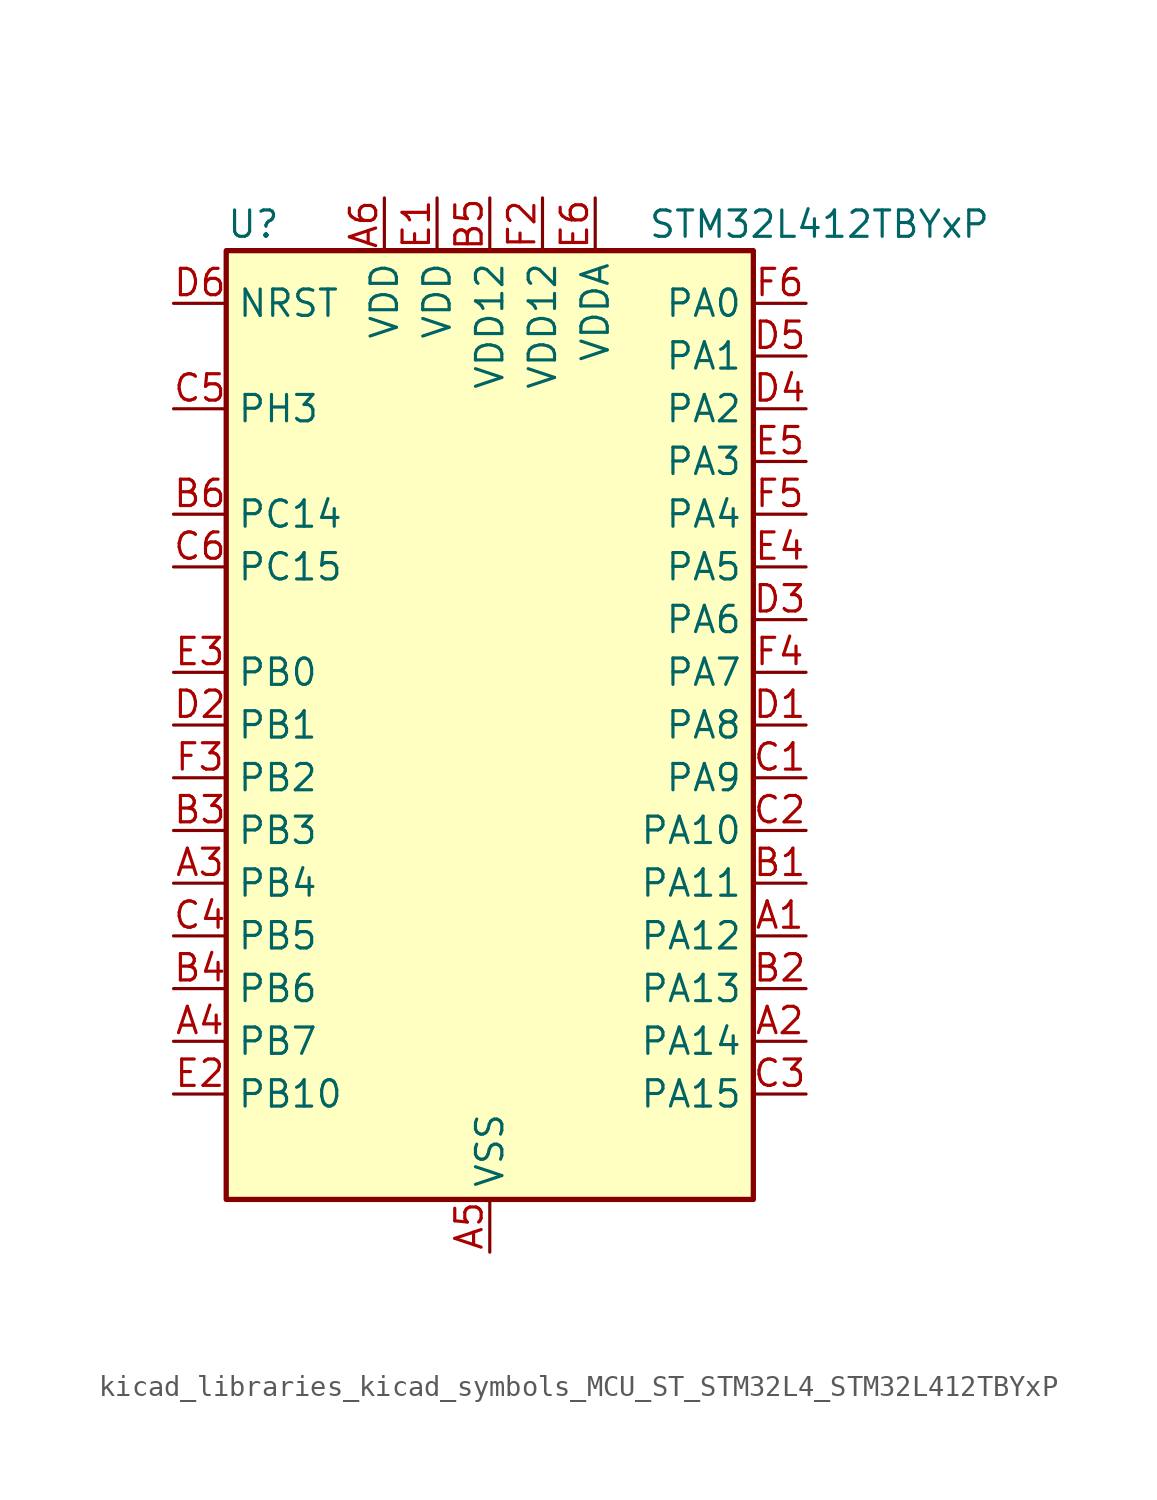
<source format=kicad_sym>
(kicad_symbol_lib
  (version 20220914)
  (generator kicad_symbol_editor)
  (symbol "kicad_libraries_kicad_symbols_MCU_ST_STM32L4_STM32L412TBYxP"
    (property "Reference" "U"
      (at -12.7 24.13 0)
      (effects (font (size 1.27 1.27)) (justify left)))
    (property "Value" "STM32L412TBYxP"
      (at 7.62 24.13 0)
      (effects (font (size 1.27 1.27)) (justify left)))
    (property "ki_locked" ""
      (at 0 0 0)
      (effects (font (size 1.27 1.27))))
    (symbol "kicad_libraries_kicad_symbols_MCU_ST_STM32L4_STM32L412TBYxP_0_1"
      (rectangle (start -12.7 -22.86) (end 12.7 22.86) (stroke (width 0.254) (type default)) (fill (type background))))
    (symbol "kicad_libraries_kicad_symbols_MCU_ST_STM32L4_STM32L412TBYxP_1_1"
      (pin bidirectional line (at 15.24 -10.16 180) (length 2.54) (name "PA12" (effects (font (size 1.27 1.27)))) (number "A1" (effects (font (size 1.27 1.27)))) (alternate "SPI1_MOSI" bidirectional line) (alternate "TIM1_ETR" bidirectional line) (alternate "USART1_DE" bidirectional line) (alternate "USART1_RTS" bidirectional line) (alternate "USB_DP" bidirectional line))
      (pin bidirectional line (at 15.24 -15.24 180) (length 2.54) (name "PA14" (effects (font (size 1.27 1.27)))) (number "A2" (effects (font (size 1.27 1.27)))) (alternate "I2C1_SMBA" bidirectional line) (alternate "LPTIM1_OUT" bidirectional line) (alternate "SYS_JTCK-SWCLK" bidirectional line))
      (pin bidirectional line (at -15.24 -7.62 0) (length 2.54) (name "PB4" (effects (font (size 1.27 1.27)))) (number "A3" (effects (font (size 1.27 1.27)))) (alternate "I2C3_SDA" bidirectional line) (alternate "SPI1_MISO" bidirectional line) (alternate "SYS_JTRST" bidirectional line) (alternate "TSC_G2_IO1" bidirectional line) (alternate "USART1_CTS" bidirectional line))
      (pin bidirectional line (at -15.24 -15.24 0) (length 2.54) (name "PB7" (effects (font (size 1.27 1.27)))) (number "A4" (effects (font (size 1.27 1.27)))) (alternate "I2C1_SDA" bidirectional line) (alternate "LPTIM1_IN2" bidirectional line) (alternate "SYS_PVD_IN" bidirectional line) (alternate "SYS_TRACECLK" bidirectional line) (alternate "TSC_G2_IO4" bidirectional line) (alternate "USART1_RX" bidirectional line))
      (pin power_in line (at 0 -25.4 90) (length 2.54) (name "VSS" (effects (font (size 1.27 1.27)))) (number "A5" (effects (font (size 1.27 1.27)))))
      (pin power_in line (at -5.08 25.4 270) (length 2.54) (name "VDD" (effects (font (size 1.27 1.27)))) (number "A6" (effects (font (size 1.27 1.27)))))
      (pin bidirectional line (at 15.24 -7.62 180) (length 2.54) (name "PA11" (effects (font (size 1.27 1.27)))) (number "B1" (effects (font (size 1.27 1.27)))) (alternate "ADC1_EXTI11" bidirectional line) (alternate "ADC2_EXTI11" bidirectional line) (alternate "COMP1_OUT" bidirectional line) (alternate "SPI1_MISO" bidirectional line) (alternate "TIM1_BKIN2" bidirectional line) (alternate "TIM1_BKIN2_COMP1" bidirectional line) (alternate "TIM1_CH4" bidirectional line) (alternate "USART1_CTS" bidirectional line) (alternate "USB_DM" bidirectional line))
      (pin bidirectional line (at 15.24 -12.7 180) (length 2.54) (name "PA13" (effects (font (size 1.27 1.27)))) (number "B2" (effects (font (size 1.27 1.27)))) (alternate "IR_OUT" bidirectional line) (alternate "SYS_JTMS-SWDIO" bidirectional line) (alternate "USB_NOE" bidirectional line))
      (pin bidirectional line (at -15.24 -5.08 0) (length 2.54) (name "PB3" (effects (font (size 1.27 1.27)))) (number "B3" (effects (font (size 1.27 1.27)))) (alternate "SPI1_SCK" bidirectional line) (alternate "SYS_JTDO-SWO" bidirectional line) (alternate "TIM2_CH2" bidirectional line) (alternate "USART1_DE" bidirectional line) (alternate "USART1_RTS" bidirectional line))
      (pin bidirectional line (at -15.24 -12.7 0) (length 2.54) (name "PB6" (effects (font (size 1.27 1.27)))) (number "B4" (effects (font (size 1.27 1.27)))) (alternate "I2C1_SCL" bidirectional line) (alternate "LPTIM1_ETR" bidirectional line) (alternate "SYS_TRACED3" bidirectional line) (alternate "TIM16_CH1N" bidirectional line) (alternate "TSC_G2_IO3" bidirectional line) (alternate "USART1_TX" bidirectional line))
      (pin power_in line (at 0 25.4 270) (length 2.54) (name "VDD12" (effects (font (size 1.27 1.27)))) (number "B5" (effects (font (size 1.27 1.27)))))
      (pin bidirectional line (at -15.24 10.16 0) (length 2.54) (name "PC14" (effects (font (size 1.27 1.27)))) (number "B6" (effects (font (size 1.27 1.27)))) (alternate "RCC_OSC32_IN" bidirectional line))
      (pin bidirectional line (at 15.24 -2.54 180) (length 2.54) (name "PA9" (effects (font (size 1.27 1.27)))) (number "C1" (effects (font (size 1.27 1.27)))) (alternate "I2C1_SCL" bidirectional line) (alternate "TIM15_BKIN" bidirectional line) (alternate "TIM1_CH2" bidirectional line) (alternate "USART1_TX" bidirectional line))
      (pin bidirectional line (at 15.24 -5.08 180) (length 2.54) (name "PA10" (effects (font (size 1.27 1.27)))) (number "C2" (effects (font (size 1.27 1.27)))) (alternate "CRS_SYNC" bidirectional line) (alternate "I2C1_SDA" bidirectional line) (alternate "TIM1_CH3" bidirectional line) (alternate "USART1_RX" bidirectional line))
      (pin bidirectional line (at 15.24 -17.78 180) (length 2.54) (name "PA15" (effects (font (size 1.27 1.27)))) (number "C3" (effects (font (size 1.27 1.27)))) (alternate "ADC1_EXTI15" bidirectional line) (alternate "ADC2_EXTI15" bidirectional line) (alternate "SPI1_NSS" bidirectional line) (alternate "SYS_JTDI" bidirectional line) (alternate "TIM2_CH1" bidirectional line) (alternate "TIM2_ETR" bidirectional line) (alternate "TSC_G3_IO1" bidirectional line) (alternate "USART2_RX" bidirectional line))
      (pin bidirectional line (at -15.24 -10.16 0) (length 2.54) (name "PB5" (effects (font (size 1.27 1.27)))) (number "C4" (effects (font (size 1.27 1.27)))) (alternate "I2C1_SMBA" bidirectional line) (alternate "LPTIM1_IN1" bidirectional line) (alternate "SPI1_MOSI" bidirectional line) (alternate "SYS_TRACED2" bidirectional line) (alternate "TIM16_BKIN" bidirectional line) (alternate "TSC_G2_IO2" bidirectional line) (alternate "USART1_CK" bidirectional line))
      (pin bidirectional line (at -15.24 15.24 0) (length 2.54) (name "PH3" (effects (font (size 1.27 1.27)))) (number "C5" (effects (font (size 1.27 1.27)))))
      (pin bidirectional line (at -15.24 7.62 0) (length 2.54) (name "PC15" (effects (font (size 1.27 1.27)))) (number "C6" (effects (font (size 1.27 1.27)))) (alternate "ADC1_EXTI15" bidirectional line) (alternate "ADC2_EXTI15" bidirectional line) (alternate "RCC_OSC32_OUT" bidirectional line))
      (pin bidirectional line (at 15.24 0 180) (length 2.54) (name "PA8" (effects (font (size 1.27 1.27)))) (number "D1" (effects (font (size 1.27 1.27)))) (alternate "LPTIM2_OUT" bidirectional line) (alternate "RCC_MCO" bidirectional line) (alternate "TIM1_CH1" bidirectional line) (alternate "USART1_CK" bidirectional line))
      (pin bidirectional line (at -15.24 0 0) (length 2.54) (name "PB1" (effects (font (size 1.27 1.27)))) (number "D2" (effects (font (size 1.27 1.27)))) (alternate "ADC1_IN16" bidirectional line) (alternate "ADC2_IN16" bidirectional line) (alternate "COMP1_INM" bidirectional line) (alternate "LPTIM2_IN1" bidirectional line) (alternate "LPUART1_DE" bidirectional line) (alternate "LPUART1_RTS" bidirectional line) (alternate "QUADSPI_BK1_IO0" bidirectional line) (alternate "SYS_TRACED1" bidirectional line) (alternate "TIM1_CH3N" bidirectional line))
      (pin bidirectional line (at 15.24 5.08 180) (length 2.54) (name "PA6" (effects (font (size 1.27 1.27)))) (number "D3" (effects (font (size 1.27 1.27)))) (alternate "ADC1_IN11" bidirectional line) (alternate "ADC2_IN11" bidirectional line) (alternate "COMP1_OUT" bidirectional line) (alternate "LPUART1_CTS" bidirectional line) (alternate "QUADSPI_BK1_IO3" bidirectional line) (alternate "SPI1_MISO" bidirectional line) (alternate "TIM16_CH1" bidirectional line) (alternate "TIM1_BKIN" bidirectional line))
      (pin bidirectional line (at 15.24 15.24 180) (length 2.54) (name "PA2" (effects (font (size 1.27 1.27)))) (number "D4" (effects (font (size 1.27 1.27)))) (alternate "ADC1_IN7" bidirectional line) (alternate "ADC2_IN7" bidirectional line) (alternate "LPUART1_TX" bidirectional line) (alternate "QUADSPI_BK1_NCS" bidirectional line) (alternate "RCC_LSCO" bidirectional line) (alternate "SYS_WKUP4" bidirectional line) (alternate "TIM15_CH1" bidirectional line) (alternate "TIM2_CH3" bidirectional line) (alternate "USART2_TX" bidirectional line))
      (pin bidirectional line (at 15.24 17.78 180) (length 2.54) (name "PA1" (effects (font (size 1.27 1.27)))) (number "D5" (effects (font (size 1.27 1.27)))) (alternate "ADC1_IN6" bidirectional line) (alternate "COMP1_INP" bidirectional line) (alternate "I2C1_SMBA" bidirectional line) (alternate "OPAMP1_VINM" bidirectional line) (alternate "SPI1_SCK" bidirectional line) (alternate "TIM15_CH1N" bidirectional line) (alternate "TIM2_CH2" bidirectional line) (alternate "USART2_DE" bidirectional line) (alternate "USART2_RTS" bidirectional line))
      (pin input line (at -15.24 20.32 0) (length 2.54) (name "NRST" (effects (font (size 1.27 1.27)))) (number "D6" (effects (font (size 1.27 1.27)))))
      (pin power_in line (at -2.54 25.4 270) (length 2.54) (name "VDD" (effects (font (size 1.27 1.27)))) (number "E1" (effects (font (size 1.27 1.27)))))
      (pin bidirectional line (at -15.24 -17.78 0) (length 2.54) (name "PB10" (effects (font (size 1.27 1.27)))) (number "E2" (effects (font (size 1.27 1.27)))) (alternate "COMP1_OUT" bidirectional line) (alternate "LPUART1_RX" bidirectional line) (alternate "QUADSPI_CLK" bidirectional line) (alternate "TIM2_CH3" bidirectional line) (alternate "TSC_SYNC" bidirectional line))
      (pin bidirectional line (at -15.24 2.54 0) (length 2.54) (name "PB0" (effects (font (size 1.27 1.27)))) (number "E3" (effects (font (size 1.27 1.27)))) (alternate "ADC1_IN15" bidirectional line) (alternate "ADC2_IN15" bidirectional line) (alternate "COMP1_OUT" bidirectional line) (alternate "QUADSPI_BK1_IO1" bidirectional line) (alternate "SPI1_NSS" bidirectional line) (alternate "SYS_TRACED0" bidirectional line) (alternate "TIM1_CH2N" bidirectional line))
      (pin bidirectional line (at 15.24 7.62 180) (length 2.54) (name "PA5" (effects (font (size 1.27 1.27)))) (number "E4" (effects (font (size 1.27 1.27)))) (alternate "ADC1_IN10" bidirectional line) (alternate "ADC2_IN10" bidirectional line) (alternate "COMP1_INM" bidirectional line) (alternate "LPTIM2_ETR" bidirectional line) (alternate "SPI1_SCK" bidirectional line) (alternate "TIM2_CH1" bidirectional line) (alternate "TIM2_ETR" bidirectional line))
      (pin bidirectional line (at 15.24 12.7 180) (length 2.54) (name "PA3" (effects (font (size 1.27 1.27)))) (number "E5" (effects (font (size 1.27 1.27)))) (alternate "ADC1_IN8" bidirectional line) (alternate "ADC2_IN8" bidirectional line) (alternate "LPUART1_RX" bidirectional line) (alternate "OPAMP1_VOUT" bidirectional line) (alternate "QUADSPI_CLK" bidirectional line) (alternate "TIM15_CH2" bidirectional line) (alternate "TIM2_CH4" bidirectional line) (alternate "USART2_RX" bidirectional line))
      (pin power_in line (at 5.08 25.4 270) (length 2.54) (name "VDDA" (effects (font (size 1.27 1.27)))) (number "E6" (effects (font (size 1.27 1.27)))))
      (pin passive line (at 0 -25.4 90) (length 2.54) hide (name "VSS" (effects (font (size 1.27 1.27)))) (number "F1" (effects (font (size 1.27 1.27)))))
      (pin power_in line (at 2.54 25.4 270) (length 2.54) (name "VDD12" (effects (font (size 1.27 1.27)))) (number "F2" (effects (font (size 1.27 1.27)))))
      (pin bidirectional line (at -15.24 -2.54 0) (length 2.54) (name "PB2" (effects (font (size 1.27 1.27)))) (number "F3" (effects (font (size 1.27 1.27)))) (alternate "COMP1_INP" bidirectional line) (alternate "I2C3_SMBA" bidirectional line) (alternate "LPTIM1_OUT" bidirectional line) (alternate "RTC_OUT_ALARM" bidirectional line) (alternate "RTC_OUT_CALIB" bidirectional line))
      (pin bidirectional line (at 15.24 2.54 180) (length 2.54) (name "PA7" (effects (font (size 1.27 1.27)))) (number "F4" (effects (font (size 1.27 1.27)))) (alternate "ADC1_IN12" bidirectional line) (alternate "ADC2_IN12" bidirectional line) (alternate "I2C3_SCL" bidirectional line) (alternate "QUADSPI_BK1_IO2" bidirectional line) (alternate "SPI1_MOSI" bidirectional line) (alternate "TIM1_CH1N" bidirectional line))
      (pin bidirectional line (at 15.24 10.16 180) (length 2.54) (name "PA4" (effects (font (size 1.27 1.27)))) (number "F5" (effects (font (size 1.27 1.27)))) (alternate "ADC1_IN9" bidirectional line) (alternate "ADC2_IN9" bidirectional line) (alternate "COMP1_INM" bidirectional line) (alternate "LPTIM2_OUT" bidirectional line) (alternate "SPI1_NSS" bidirectional line) (alternate "USART2_CK" bidirectional line))
      (pin bidirectional line (at 15.24 20.32 180) (length 2.54) (name "PA0" (effects (font (size 1.27 1.27)))) (number "F6" (effects (font (size 1.27 1.27)))) (alternate "ADC1_IN5" bidirectional line) (alternate "COMP1_INM" bidirectional line) (alternate "COMP1_OUT" bidirectional line) (alternate "OPAMP1_VINP" bidirectional line) (alternate "RCC_CK_IN" bidirectional line) (alternate "RTC_TAMP2" bidirectional line) (alternate "SYS_WKUP1" bidirectional line) (alternate "TIM2_CH1" bidirectional line) (alternate "TIM2_ETR" bidirectional line) (alternate "USART2_CTS" bidirectional line)))))
</source>
